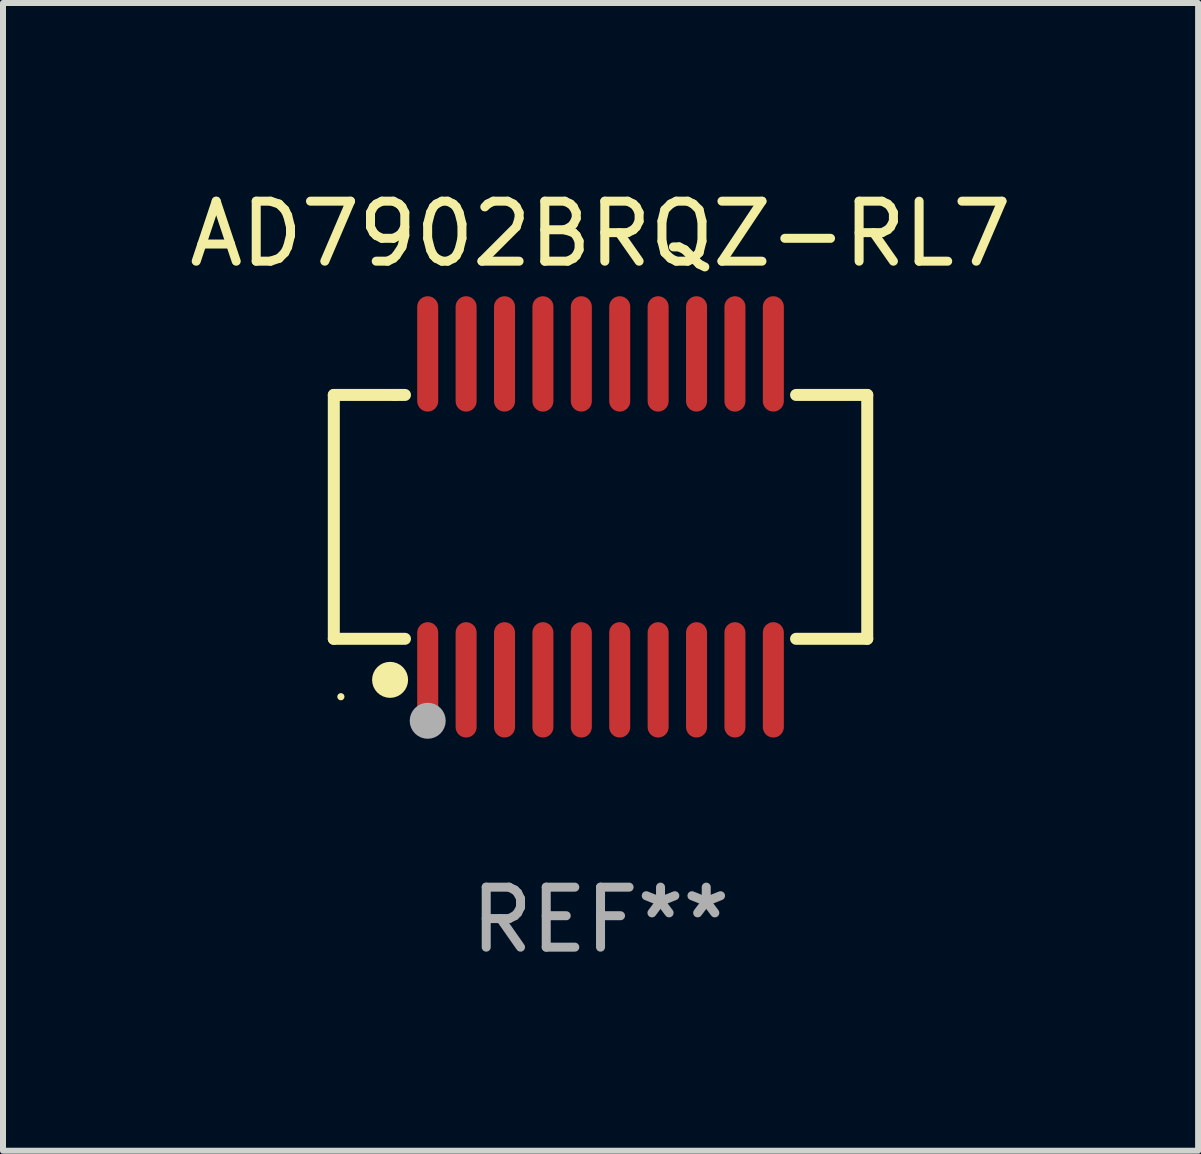
<source format=kicad_pcb>
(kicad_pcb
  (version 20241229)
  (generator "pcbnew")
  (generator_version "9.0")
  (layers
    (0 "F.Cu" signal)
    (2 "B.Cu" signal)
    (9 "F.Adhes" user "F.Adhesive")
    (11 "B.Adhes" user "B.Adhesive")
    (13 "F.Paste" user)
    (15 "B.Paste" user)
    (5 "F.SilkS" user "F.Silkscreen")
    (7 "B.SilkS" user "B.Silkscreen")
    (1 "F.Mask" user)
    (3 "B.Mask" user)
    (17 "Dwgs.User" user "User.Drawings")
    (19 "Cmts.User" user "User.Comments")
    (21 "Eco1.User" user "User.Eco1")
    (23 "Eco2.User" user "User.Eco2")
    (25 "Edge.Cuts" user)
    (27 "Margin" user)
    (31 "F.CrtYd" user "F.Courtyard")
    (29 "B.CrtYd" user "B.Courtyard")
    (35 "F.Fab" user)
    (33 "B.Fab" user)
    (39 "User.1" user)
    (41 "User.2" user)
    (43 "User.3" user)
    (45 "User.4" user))
  (footprint "AD7902BRQZ-RL7"
    (layer "F.Cu")
    (at 6.958 5.564)
    (property "Reference" "AD7902BRQZ-RL7" (at 0 -4.716 0) (layer "F.SilkS") (effects (font (size 1 1) (thickness 0.15))))
    (attr through_hole)
    (fp_line (start -4.445 -2.032) (end -4.445 2.032) (stroke (width 0.2) (type solid)) (layer "F.SilkS"))
    (fp_line (start -4.445 2.032) (end -3.259 2.032) (stroke (width 0.2) (type solid)) (layer "F.SilkS"))
    (fp_line (start -3.429 -2.032) (end -4.445 -2.032) (stroke (width 0.2) (type solid)) (layer "F.SilkS"))
    (fp_line (start -3.259 -2.032) (end -3.429 -2.032) (stroke (width 0.2) (type solid)) (layer "F.SilkS"))
    (fp_line (start 3.259 2.032) (end 4.445 2.032) (stroke (width 0.2) (type solid)) (layer "F.SilkS"))
    (fp_line (start 4.445 -2.032) (end 3.259 -2.032) (stroke (width 0.2) (type solid)) (layer "F.SilkS"))
    (fp_line (start 4.445 2.032) (end 4.445 -2.032) (stroke (width 0.2) (type solid)) (layer "F.SilkS"))
    (fp_circle (center -4.327 2.997) (end -4.297 2.997) (stroke (width 0.06) (type solid)) (fill no) (layer "F.SilkS"))
    (fp_circle (center -3.507 2.716) (end -3.357 2.716) (stroke (width 0.3) (type solid)) (fill no) (layer "F.SilkS"))
    (fp_circle (center -2.88 3.398) (end -2.73 3.398) (stroke (width 0.3) (type solid)) (fill no) (layer "F.Fab"))
    (fp_text user "REF**" (at 0 6.716 0) (layer "F.Fab") (effects (font (size 1 1) (thickness 0.15))))
    (pad "1" smd oval (at -2.88 2.716) (size 0.35 1.922) (layers "F.Cu" "F.Mask" "F.Paste"))
    (pad "2" smd oval (at -2.24 2.716) (size 0.35 1.922) (layers "F.Cu" "F.Mask" "F.Paste"))
    (pad "3" smd oval (at -1.6 2.716) (size 0.35 1.922) (layers "F.Cu" "F.Mask" "F.Paste"))
    (pad "4" smd oval (at -0.96 2.716) (size 0.35 1.922) (layers "F.Cu" "F.Mask" "F.Paste"))
    (pad "5" smd oval (at -0.32 2.716) (size 0.35 1.922) (layers "F.Cu" "F.Mask" "F.Paste"))
    (pad "6" smd oval (at 0.32 2.716) (size 0.35 1.922) (layers "F.Cu" "F.Mask" "F.Paste"))
    (pad "7" smd oval (at 0.96 2.716) (size 0.35 1.922) (layers "F.Cu" "F.Mask" "F.Paste"))
    (pad "8" smd oval (at 1.6 2.716) (size 0.35 1.922) (layers "F.Cu" "F.Mask" "F.Paste"))
    (pad "9" smd oval (at 2.24 2.716) (size 0.35 1.922) (layers "F.Cu" "F.Mask" "F.Paste"))
    (pad "10" smd oval (at 2.88 2.716) (size 0.35 1.922) (layers "F.Cu" "F.Mask" "F.Paste"))
    (pad "11" smd oval (at 2.88 -2.716) (size 0.35 1.922) (layers "F.Cu" "F.Mask" "F.Paste"))
    (pad "12" smd oval (at 2.24 -2.716) (size 0.35 1.922) (layers "F.Cu" "F.Mask" "F.Paste"))
    (pad "13" smd oval (at 1.6 -2.716) (size 0.35 1.922) (layers "F.Cu" "F.Mask" "F.Paste"))
    (pad "14" smd oval (at 0.96 -2.716) (size 0.35 1.922) (layers "F.Cu" "F.Mask" "F.Paste"))
    (pad "15" smd oval (at 0.32 -2.716) (size 0.35 1.922) (layers "F.Cu" "F.Mask" "F.Paste"))
    (pad "16" smd oval (at -0.32 -2.716) (size 0.35 1.922) (layers "F.Cu" "F.Mask" "F.Paste"))
    (pad "17" smd oval (at -0.96 -2.716) (size 0.35 1.922) (layers "F.Cu" "F.Mask" "F.Paste"))
    (pad "18" smd oval (at -1.6 -2.716) (size 0.35 1.922) (layers "F.Cu" "F.Mask" "F.Paste"))
    (pad "19" smd oval (at -2.24 -2.716) (size 0.35 1.922) (layers "F.Cu" "F.Mask" "F.Paste"))
    (pad "20" smd oval (at -2.88 -2.716) (size 0.35 1.922) (layers "F.Cu" "F.Mask" "F.Paste")))
  (gr_rect
    (start -3 -3)
    (end 16.917 16.128)
    (stroke (width 0.1) (type default))
    (fill no)
    (layer "Edge.Cuts")))
</source>
